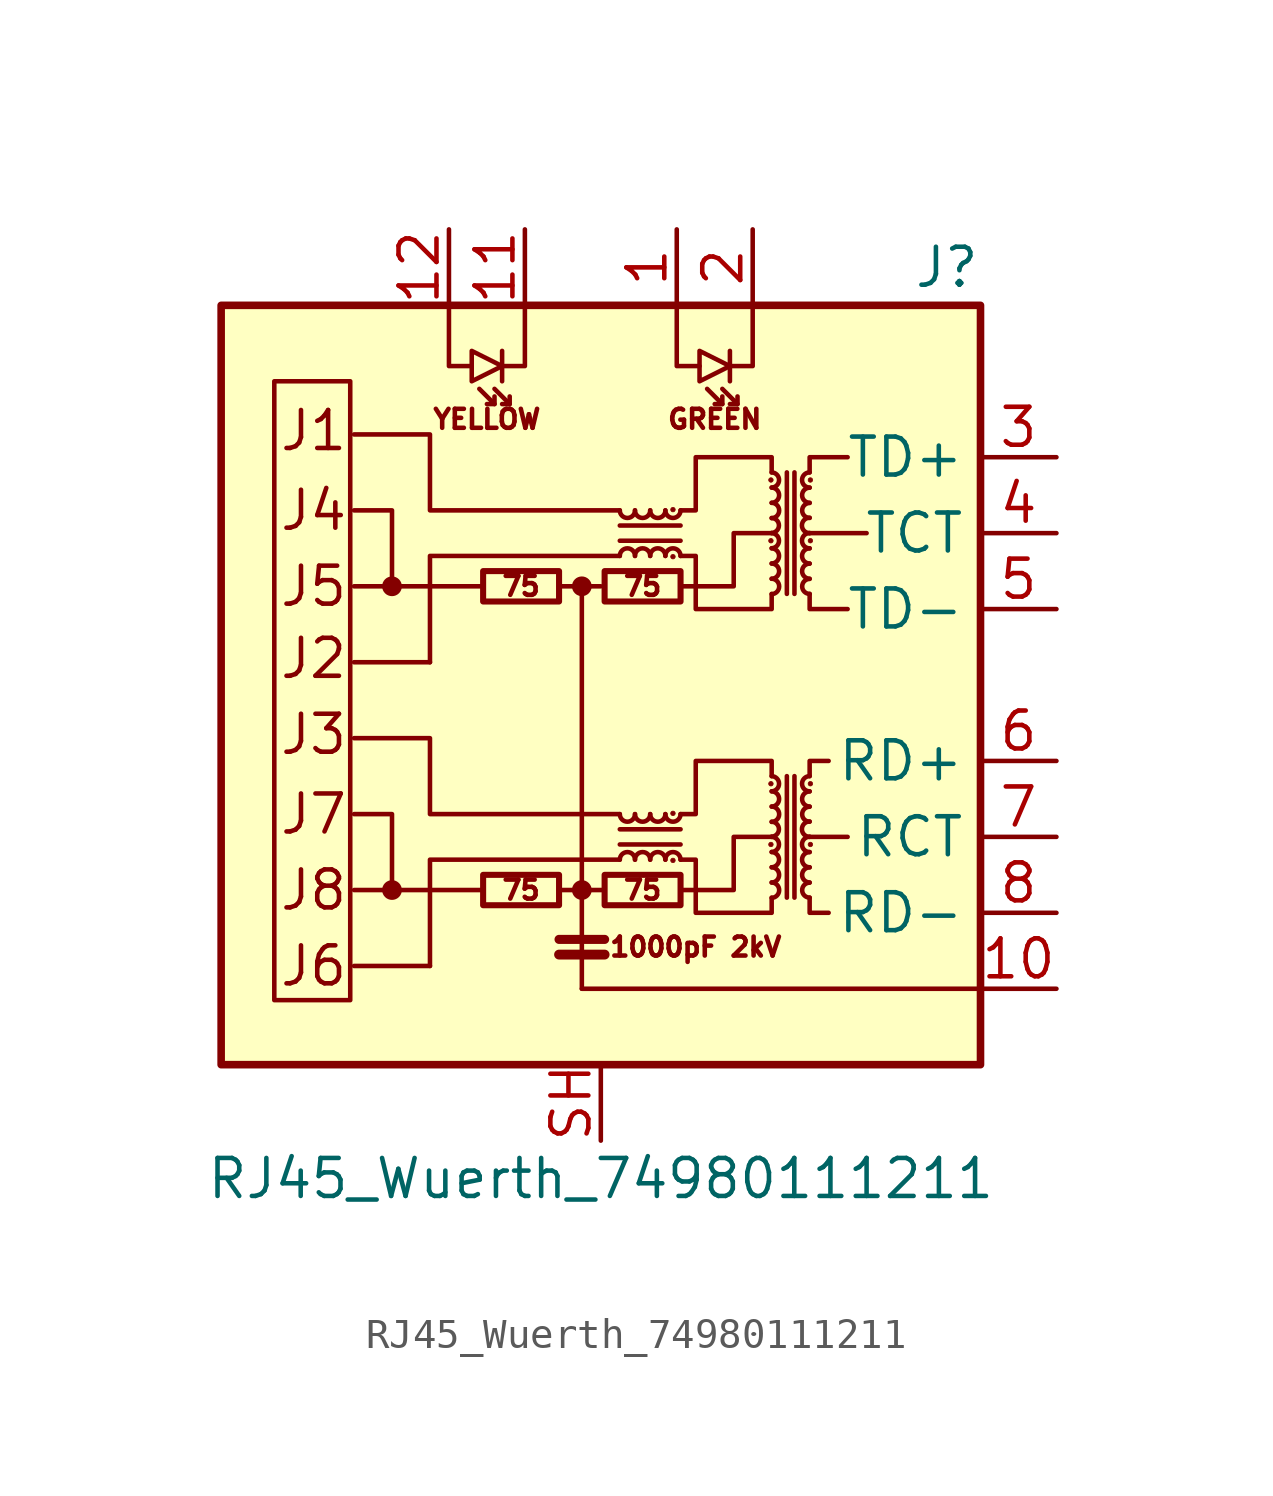
<source format=kicad_sym>
(kicad_symbol_lib
  (version 20220914)
  (generator kicad_symbol_editor)
  (symbol "RJ45_Wuerth_74980111211"
    (property "Reference" "J"
      (at 12.7 13.97 0)
      (effects (font (size 1.27 1.27)) (justify right)))
    (property "Value" "RJ45_Wuerth_74980111211"
      (at 0 -16.51 0)
      (effects (font (size 1.27 1.27))))
    (symbol "RJ45_Wuerth_74980111211_0_0"
      (rectangle (start -12.7 12.7) (end 12.7 -12.7) (stroke (width 0.254) (type default)) (fill (type background)))
      (polyline (pts (xy -3.937 -6.858) (xy -8.255 -6.858)) (stroke (width 0) (type default)) (fill (type none)))
      (polyline (pts (xy -3.937 3.302) (xy -8.255 3.302)) (stroke (width 0) (type default)) (fill (type none)))
      (polyline (pts (xy -0.635 -10.16) (xy 12.7 -10.16)) (stroke (width 0) (type default)) (fill (type none)))
      (polyline (pts (xy 8.255 -5.08) (xy 6.985 -5.08)) (stroke (width 0) (type default)) (fill (type none)))
      (polyline (pts (xy 8.89 5.08) (xy 6.985 5.08)) (stroke (width 0) (type default)) (fill (type none)))
      (polyline (pts (xy 0.635 -4.318) (xy -5.715 -4.318) (xy -5.715 -1.778) (xy -8.255 -1.778)) (stroke (width 0) (type default)) (fill (type none)))
      (polyline (pts (xy 0.635 5.842) (xy -5.715 5.842) (xy -5.715 8.382) (xy -8.255 8.382)) (stroke (width 0) (type default)) (fill (type none)))
      (polyline (pts (xy 2.667 -6.858) (xy 4.445 -6.858) (xy 4.445 -5.08) (xy 5.715 -5.08)) (stroke (width 0) (type default)) (fill (type none)))
      (polyline (pts (xy 2.667 3.302) (xy 4.445 3.302) (xy 4.445 5.08) (xy 5.715 5.08)) (stroke (width 0) (type default)) (fill (type none)))
      (text "1000pF 2kV" (at 3.175 -8.763 0) (effects (font (size 0.635 0.635))))
      (text "75" (at -2.667 -6.858 0) (effects (font (size 0.635 0.635))))
      (text "75" (at -2.667 3.302 0) (effects (font (size 0.635 0.635))))
      (text "75" (at 1.397 -6.858 0) (effects (font (size 0.635 0.635))))
      (text "75" (at 1.397 3.302 0) (effects (font (size 0.635 0.635))))
      (text "GREEN" (at 3.81 8.89 0) (effects (font (size 0.635 0.635))))
      (text "J1" (at -10.795 8.509 0) (effects (font (size 1.27 1.27)) (justify left)))
      (text "J2" (at -10.795 0.889 0) (effects (font (size 1.27 1.27)) (justify left)))
      (text "J3" (at -10.795 -1.651 0) (effects (font (size 1.27 1.27)) (justify left)))
      (text "J4" (at -10.795 5.842 0) (effects (font (size 1.27 1.27)) (justify left)))
      (text "J5" (at -10.795 3.302 0) (effects (font (size 1.27 1.27)) (justify left)))
      (text "J6" (at -10.795 -9.398 0) (effects (font (size 1.27 1.27)) (justify left)))
      (text "J7" (at -10.795 -4.318 0) (effects (font (size 1.27 1.27)) (justify left)))
      (text "J8" (at -10.795 -6.858 0) (effects (font (size 1.27 1.27)) (justify left)))
      (text "YELLOW" (at -3.81 8.89 0) (effects (font (size 0.635 0.635)))))
    (symbol "RJ45_Wuerth_74980111211_0_1"
      (rectangle (start -8.382 -10.541) (end -10.922 10.16) (stroke (width 0) (type default)) (fill (type none)))
      (circle (center -6.985 -6.858) (radius 0.254) (stroke (width 0) (type default)) (fill (type outline)))
      (circle (center -6.985 3.302) (radius 0.254) (stroke (width 0) (type default)) (fill (type outline)))
      (rectangle (start -3.937 -7.366) (end -1.397 -6.35) (stroke (width 0.203) (type default)) (fill (type none)))
      (rectangle (start -3.937 2.794) (end -1.397 3.81) (stroke (width 0.203) (type default)) (fill (type none)))
      (circle (center -0.635 -6.858) (radius 0.254) (stroke (width 0) (type default)) (fill (type outline)))
      (circle (center -0.635 3.302) (radius 0.254) (stroke (width 0) (type default)) (fill (type outline)))
      (polyline (pts (xy -5.715 -9.398) (xy -8.255 -9.398)) (stroke (width 0) (type default)) (fill (type none)))
      (polyline (pts (xy -5.715 0.762) (xy -8.255 0.762)) (stroke (width 0) (type default)) (fill (type none)))
      (polyline (pts (xy -3.556 9.398) (xy -4.064 9.906)) (stroke (width 0) (type default)) (fill (type none)))
      (polyline (pts (xy -3.302 11.176) (xy -3.302 10.16)) (stroke (width 0) (type default)) (fill (type none)))
      (polyline (pts (xy -3.048 9.398) (xy -3.556 9.906)) (stroke (width 0) (type default)) (fill (type none)))
      (polyline (pts (xy -1.397 -9.017) (xy 0.127 -9.017)) (stroke (width 0.33) (type default)) (fill (type none)))
      (polyline (pts (xy -1.397 -8.509) (xy 0.127 -8.509)) (stroke (width 0.305) (type default)) (fill (type none)))
      (polyline (pts (xy -0.635 3.302) (xy -1.397 3.302)) (stroke (width 0) (type default)) (fill (type none)))
      (polyline (pts (xy 0.127 -6.858) (xy -1.397 -6.858)) (stroke (width 0) (type default)) (fill (type none)))
      (polyline (pts (xy 0.635 -5.334) (xy 2.667 -5.334)) (stroke (width 0) (type default)) (fill (type none)))
      (polyline (pts (xy 0.635 4.826) (xy 2.667 4.826)) (stroke (width 0) (type default)) (fill (type none)))
      (polyline (pts (xy 2.667 -4.826) (xy 0.635 -4.826)) (stroke (width 0) (type default)) (fill (type none)))
      (polyline (pts (xy 2.667 5.334) (xy 0.635 5.334)) (stroke (width 0) (type default)) (fill (type none)))
      (polyline (pts (xy 4.064 9.398) (xy 3.556 9.906)) (stroke (width 0) (type default)) (fill (type none)))
      (polyline (pts (xy 4.318 11.176) (xy 4.318 10.16)) (stroke (width 0) (type default)) (fill (type none)))
      (polyline (pts (xy 4.572 9.398) (xy 4.064 9.906)) (stroke (width 0) (type default)) (fill (type none)))
      (polyline (pts (xy 6.223 -3.048) (xy 6.223 -7.112)) (stroke (width 0) (type default)) (fill (type none)))
      (polyline (pts (xy 6.223 7.112) (xy 6.223 3.048)) (stroke (width 0) (type default)) (fill (type none)))
      (polyline (pts (xy 6.477 -7.112) (xy 6.477 -3.048)) (stroke (width 0) (type default)) (fill (type none)))
      (polyline (pts (xy 6.477 3.048) (xy 6.477 7.112)) (stroke (width 0) (type default)) (fill (type none)))
      (polyline (pts (xy -6.985 -6.858) (xy -6.985 -4.318) (xy -8.255 -4.318)) (stroke (width 0) (type default)) (fill (type none)))
      (polyline (pts (xy -6.985 3.302) (xy -6.985 5.842) (xy -8.255 5.842)) (stroke (width 0) (type default)) (fill (type none)))
      (polyline (pts (xy -5.08 12.7) (xy -5.08 10.668) (xy -4.318 10.668)) (stroke (width 0) (type default)) (fill (type none)))
      (polyline (pts (xy -3.556 9.652) (xy -3.556 9.398) (xy -3.81 9.398)) (stroke (width 0) (type default)) (fill (type none)))
      (polyline (pts (xy -3.048 9.652) (xy -3.048 9.398) (xy -3.302 9.398)) (stroke (width 0) (type default)) (fill (type none)))
      (polyline (pts (xy -2.54 12.7) (xy -2.54 10.668) (xy -3.302 10.668)) (stroke (width 0) (type default)) (fill (type none)))
      (polyline (pts (xy -0.635 -10.16) (xy -0.635 3.302) (xy 0 3.302)) (stroke (width 0) (type default)) (fill (type none)))
      (polyline (pts (xy 0.635 -5.842) (xy -5.715 -5.842) (xy -5.715 -9.398)) (stroke (width 0) (type default)) (fill (type none)))
      (polyline (pts (xy 0.635 4.318) (xy -5.715 4.318) (xy -5.715 0.762)) (stroke (width 0) (type default)) (fill (type none)))
      (polyline (pts (xy 2.54 12.7) (xy 2.54 10.668) (xy 3.302 10.668)) (stroke (width 0) (type default)) (fill (type none)))
      (polyline (pts (xy 4.064 9.652) (xy 4.064 9.398) (xy 3.81 9.398)) (stroke (width 0) (type default)) (fill (type none)))
      (polyline (pts (xy 4.572 9.652) (xy 4.572 9.398) (xy 4.318 9.398)) (stroke (width 0) (type default)) (fill (type none)))
      (polyline (pts (xy 5.08 12.7) (xy 5.08 10.668) (xy 4.318 10.668)) (stroke (width 0) (type default)) (fill (type none)))
      (polyline (pts (xy 6.985 -7.112) (xy 6.985 -7.62) (xy 7.62 -7.62)) (stroke (width 0) (type default)) (fill (type none)))
      (polyline (pts (xy 6.985 -3.048) (xy 6.985 -2.54) (xy 7.62 -2.54)) (stroke (width 0) (type default)) (fill (type none)))
      (polyline (pts (xy 6.985 3.048) (xy 6.985 2.54) (xy 8.255 2.54)) (stroke (width 0) (type default)) (fill (type none)))
      (polyline (pts (xy 6.985 7.112) (xy 6.985 7.62) (xy 8.255 7.62)) (stroke (width 0) (type default)) (fill (type none)))
      (polyline (pts (xy -3.302 10.668) (xy -4.318 11.176) (xy -4.318 10.16) (xy -3.302 10.668)) (stroke (width 0) (type default)) (fill (type none)))
      (polyline (pts (xy 4.318 10.668) (xy 3.302 11.176) (xy 3.302 10.16) (xy 4.318 10.668)) (stroke (width 0) (type default)) (fill (type none)))
      (polyline (pts (xy 2.667 -4.318) (xy 3.175 -4.318) (xy 3.175 -2.54) (xy 5.715 -2.54) (xy 5.715 -3.048)) (stroke (width 0) (type default)) (fill (type none)))
      (polyline (pts (xy 2.667 5.842) (xy 3.175 5.842) (xy 3.175 7.62) (xy 5.715 7.62) (xy 5.715 7.112)) (stroke (width 0) (type default)) (fill (type none)))
      (polyline (pts (xy 5.715 -7.112) (xy 5.715 -7.62) (xy 3.175 -7.62) (xy 3.175 -5.842) (xy 2.667 -5.842)) (stroke (width 0) (type default)) (fill (type none)))
      (polyline (pts (xy 5.715 3.048) (xy 5.715 2.54) (xy 3.175 2.54) (xy 3.175 4.318) (xy 2.667 4.318)) (stroke (width 0) (type default)) (fill (type none)))
      (rectangle (start 0.127 -7.366) (end 2.667 -6.35) (stroke (width 0.203) (type default)) (fill (type none)))
      (rectangle (start 0.127 2.794) (end 2.667 3.81) (stroke (width 0.203) (type default)) (fill (type none)))
      (arc (start 0.635 -4.318) (mid 0.889 -4.5709) (end 1.143 -4.318) (stroke (width 0) (type default)) (fill (type none)))
      (arc (start 0.635 5.842) (mid 0.889 5.5891) (end 1.143 5.842) (stroke (width 0) (type default)) (fill (type none)))
      (arc (start 1.143 -5.842) (mid 0.889 -5.5891) (end 0.635 -5.842) (stroke (width 0) (type default)) (fill (type none)))
      (arc (start 1.143 -4.318) (mid 1.397 -4.5709) (end 1.651 -4.318) (stroke (width 0) (type default)) (fill (type none)))
      (arc (start 1.143 4.318) (mid 0.889 4.5709) (end 0.635 4.318) (stroke (width 0) (type default)) (fill (type none)))
      (arc (start 1.143 5.842) (mid 1.397 5.5891) (end 1.651 5.842) (stroke (width 0) (type default)) (fill (type none)))
      (arc (start 1.651 -5.842) (mid 1.397 -5.5891) (end 1.143 -5.842) (stroke (width 0) (type default)) (fill (type none)))
      (arc (start 1.651 -4.318) (mid 1.905 -4.5709) (end 2.159 -4.318) (stroke (width 0) (type default)) (fill (type none)))
      (arc (start 1.651 4.318) (mid 1.397 4.5709) (end 1.143 4.318) (stroke (width 0) (type default)) (fill (type none)))
      (arc (start 1.651 5.842) (mid 1.905 5.5891) (end 2.159 5.842) (stroke (width 0) (type default)) (fill (type none)))
      (arc (start 2.159 -5.842) (mid 1.905 -5.5891) (end 1.651 -5.842) (stroke (width 0) (type default)) (fill (type none)))
      (arc (start 2.159 -4.318) (mid 2.413 -4.5709) (end 2.667 -4.318) (stroke (width 0) (type default)) (fill (type none)))
      (arc (start 2.159 4.318) (mid 1.905 4.5709) (end 1.651 4.318) (stroke (width 0) (type default)) (fill (type none)))
      (arc (start 2.159 5.842) (mid 2.413 5.5891) (end 2.667 5.842) (stroke (width 0) (type default)) (fill (type none)))
      (circle (center 2.413 -5.867) (radius 0.076) (stroke (width 0.025) (type default)) (fill (type outline)))
      (circle (center 2.413 -4.293) (radius 0.076) (stroke (width 0.025) (type default)) (fill (type outline)))
      (circle (center 2.413 4.293) (radius 0.076) (stroke (width 0.025) (type default)) (fill (type outline)))
      (circle (center 2.413 5.867) (radius 0.076) (stroke (width 0.025) (type default)) (fill (type outline)))
      (arc (start 2.667 -5.842) (mid 2.413 -5.5891) (end 2.159 -5.842) (stroke (width 0) (type default)) (fill (type none)))
      (arc (start 2.667 4.318) (mid 2.413 4.5709) (end 2.159 4.318) (stroke (width 0) (type default)) (fill (type none)))
      (circle (center 5.69 -5.334) (radius 0.076) (stroke (width 0.025) (type default)) (fill (type outline)))
      (circle (center 5.69 -3.302) (radius 0.076) (stroke (width 0.025) (type default)) (fill (type outline)))
      (circle (center 5.69 4.826) (radius 0.076) (stroke (width 0.025) (type default)) (fill (type outline)))
      (circle (center 5.69 6.858) (radius 0.076) (stroke (width 0.025) (type default)) (fill (type outline)))
      (arc (start 5.715 -7.112) (mid 5.9679 -6.858) (end 5.715 -6.604) (stroke (width 0) (type default)) (fill (type none)))
      (arc (start 5.715 -6.604) (mid 5.9679 -6.35) (end 5.715 -6.096) (stroke (width 0) (type default)) (fill (type none)))
      (arc (start 5.715 -6.096) (mid 5.9679 -5.842) (end 5.715 -5.588) (stroke (width 0) (type default)) (fill (type none)))
      (arc (start 5.715 -5.588) (mid 5.9679 -5.334) (end 5.715 -5.08) (stroke (width 0) (type default)) (fill (type none)))
      (arc (start 5.715 -5.08) (mid 5.9679 -4.826) (end 5.715 -4.572) (stroke (width 0) (type default)) (fill (type none)))
      (arc (start 5.715 -4.572) (mid 5.9679 -4.318) (end 5.715 -4.064) (stroke (width 0) (type default)) (fill (type none)))
      (arc (start 5.715 -4.064) (mid 5.9679 -3.81) (end 5.715 -3.556) (stroke (width 0) (type default)) (fill (type none)))
      (arc (start 5.715 -3.556) (mid 5.9679 -3.302) (end 5.715 -3.048) (stroke (width 0) (type default)) (fill (type none)))
      (arc (start 5.715 3.048) (mid 5.9679 3.302) (end 5.715 3.556) (stroke (width 0) (type default)) (fill (type none)))
      (arc (start 5.715 3.556) (mid 5.9679 3.81) (end 5.715 4.064) (stroke (width 0) (type default)) (fill (type none)))
      (arc (start 5.715 4.064) (mid 5.9679 4.318) (end 5.715 4.572) (stroke (width 0) (type default)) (fill (type none)))
      (arc (start 5.715 4.572) (mid 5.9679 4.826) (end 5.715 5.08) (stroke (width 0) (type default)) (fill (type none)))
      (arc (start 5.715 5.08) (mid 5.9679 5.334) (end 5.715 5.588) (stroke (width 0) (type default)) (fill (type none)))
      (arc (start 5.715 5.588) (mid 5.9679 5.842) (end 5.715 6.096) (stroke (width 0) (type default)) (fill (type none)))
      (arc (start 5.715 6.096) (mid 5.9679 6.35) (end 5.715 6.604) (stroke (width 0) (type default)) (fill (type none)))
      (arc (start 5.715 6.604) (mid 5.9679 6.858) (end 5.715 7.112) (stroke (width 0) (type default)) (fill (type none)))
      (arc (start 6.985 -6.604) (mid 6.7321 -6.858) (end 6.985 -7.112) (stroke (width 0) (type default)) (fill (type none)))
      (arc (start 6.985 -6.096) (mid 6.7321 -6.35) (end 6.985 -6.604) (stroke (width 0) (type default)) (fill (type none)))
      (arc (start 6.985 -5.588) (mid 6.7321 -5.842) (end 6.985 -6.096) (stroke (width 0) (type default)) (fill (type none)))
      (arc (start 6.985 -5.08) (mid 6.7321 -5.334) (end 6.985 -5.588) (stroke (width 0) (type default)) (fill (type none)))
      (arc (start 6.985 -4.572) (mid 6.7321 -4.826) (end 6.985 -5.08) (stroke (width 0) (type default)) (fill (type none)))
      (arc (start 6.985 -4.064) (mid 6.7321 -4.318) (end 6.985 -4.572) (stroke (width 0) (type default)) (fill (type none)))
      (arc (start 6.985 -3.556) (mid 6.7321 -3.81) (end 6.985 -4.064) (stroke (width 0) (type default)) (fill (type none)))
      (arc (start 6.985 -3.048) (mid 6.7321 -3.302) (end 6.985 -3.556) (stroke (width 0) (type default)) (fill (type none)))
      (arc (start 6.985 3.556) (mid 6.7321 3.302) (end 6.985 3.048) (stroke (width 0) (type default)) (fill (type none)))
      (arc (start 6.985 4.064) (mid 6.7321 3.81) (end 6.985 3.556) (stroke (width 0) (type default)) (fill (type none)))
      (arc (start 6.985 4.572) (mid 6.7321 4.318) (end 6.985 4.064) (stroke (width 0) (type default)) (fill (type none)))
      (arc (start 6.985 5.08) (mid 6.7321 4.826) (end 6.985 4.572) (stroke (width 0) (type default)) (fill (type none)))
      (arc (start 6.985 5.588) (mid 6.7321 5.334) (end 6.985 5.08) (stroke (width 0) (type default)) (fill (type none)))
      (arc (start 6.985 6.096) (mid 6.7321 5.842) (end 6.985 5.588) (stroke (width 0) (type default)) (fill (type none)))
      (arc (start 6.985 6.604) (mid 6.7321 6.35) (end 6.985 6.096) (stroke (width 0) (type default)) (fill (type none)))
      (arc (start 6.985 7.112) (mid 6.7321 6.858) (end 6.985 6.604) (stroke (width 0) (type default)) (fill (type none)))
      (circle (center 7.01 -5.334) (radius 0.076) (stroke (width 0.025) (type default)) (fill (type outline)))
      (circle (center 7.01 -3.302) (radius 0.076) (stroke (width 0.025) (type default)) (fill (type outline)))
      (circle (center 7.01 4.826) (radius 0.076) (stroke (width 0.025) (type default)) (fill (type outline)))
      (circle (center 7.01 6.858) (radius 0.076) (stroke (width 0.025) (type default)) (fill (type outline))))
    (symbol "RJ45_Wuerth_74980111211_1_1"
      (pin passive line (at 2.54 15.24 270) (length 2.54) (name "~" (effects (font (size 1.27 1.27)))) (number "1" (effects (font (size 1.27 1.27)))))
      (pin passive line (at 15.24 -10.16 180) (length 2.54) (name "~" (effects (font (size 1.27 1.27)))) (number "10" (effects (font (size 1.27 1.27)))))
      (pin passive line (at -2.54 15.24 270) (length 2.54) (name "~" (effects (font (size 1.27 1.27)))) (number "11" (effects (font (size 1.27 1.27)))))
      (pin passive line (at -5.08 15.24 270) (length 2.54) (name "~" (effects (font (size 1.27 1.27)))) (number "12" (effects (font (size 1.27 1.27)))))
      (pin passive line (at 5.08 15.24 270) (length 2.54) (name "~" (effects (font (size 1.27 1.27)))) (number "2" (effects (font (size 1.27 1.27)))))
      (pin passive line (at 15.24 7.62 180) (length 2.54) (name "TD+" (effects (font (size 1.27 1.27)))) (number "3" (effects (font (size 1.27 1.27)))))
      (pin passive line (at 15.24 5.08 180) (length 2.54) (name "TCT" (effects (font (size 1.27 1.27)))) (number "4" (effects (font (size 1.27 1.27)))))
      (pin passive line (at 15.24 2.54 180) (length 2.54) (name "TD-" (effects (font (size 1.27 1.27)))) (number "5" (effects (font (size 1.27 1.27)))))
      (pin passive line (at 15.24 -2.54 180) (length 2.54) (name "RD+" (effects (font (size 1.27 1.27)))) (number "6" (effects (font (size 1.27 1.27)))))
      (pin passive line (at 15.24 -5.08 180) (length 2.54) (name "RCT" (effects (font (size 1.27 1.27)))) (number "7" (effects (font (size 1.27 1.27)))))
      (pin passive line (at 15.24 -7.62 180) (length 2.54) (name "RD-" (effects (font (size 1.27 1.27)))) (number "8" (effects (font (size 1.27 1.27)))))
      (pin passive line (at 0 -15.24 90) (length 2.54) (name "~" (effects (font (size 1.27 1.27)))) (number "SH" (effects (font (size 1.27 1.27))))))))
</source>
